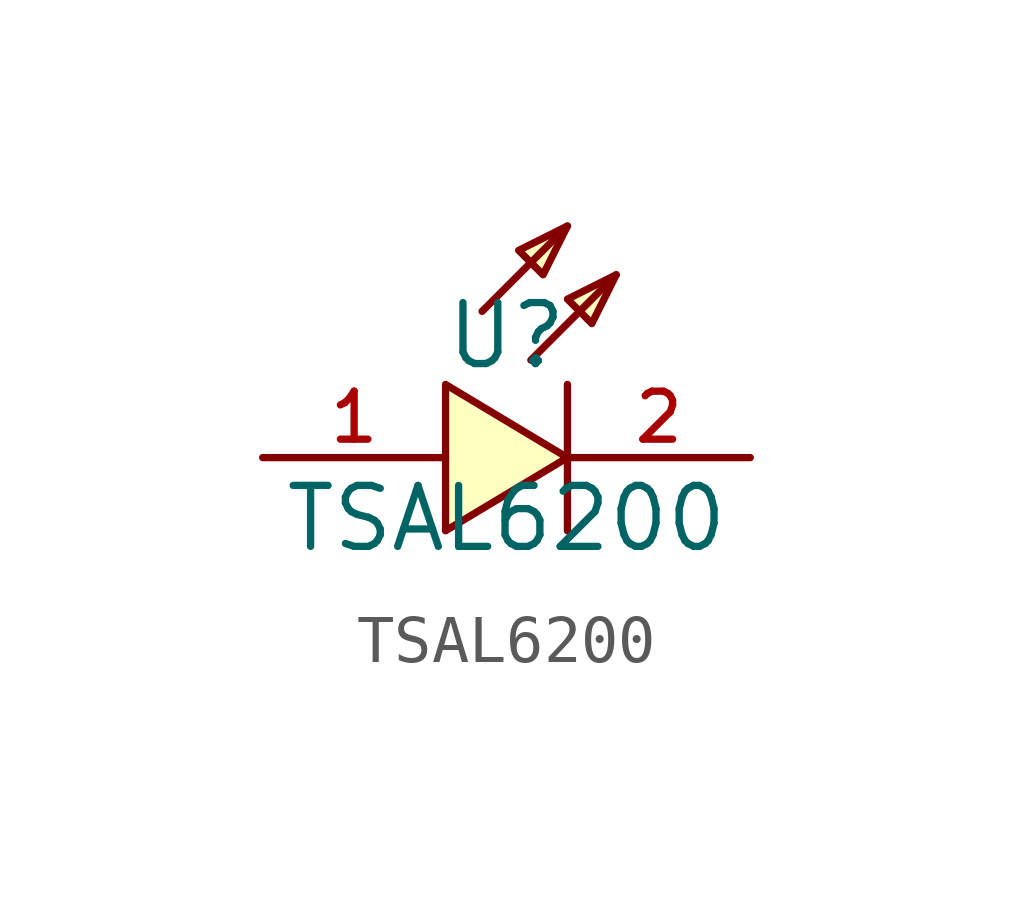
<source format=kicad_sym>
(kicad_symbol_lib
  (version 20210201)
  (generator TousstNicolas/JLC2KiCad_lib)
  (symbol "TSAL6200"
    (pin_names hide)
    (property "Reference" "U"
      (at 0 1.27 0)
      (effects (font (size 1.27 1.27))))
    (property "Value" "TSAL6200"
      (at 0 -2.54 0)
      (effects (font (size 1.27 1.27))))
    (symbol "TSAL6200_0_1"
      (pin input line (at -5.08 -1.27 0) (length 3.81) (name "A" (effects (font (size 1 1)))) (number "1" (effects (font (size 1 1)))))
      (pin input line (at 5.08 -1.27 180) (length 3.81) (name "C" (effects (font (size 1 1)))) (number "2" (effects (font (size 1 1)))))
      (polyline (pts (xy -1.27 -2.794) (xy 1.27 -1.27) (xy -1.27 0.254) (xy -1.27 -2.794)) (stroke (width 0) (type default) (color 0 0 0 0)) (fill (type background)))
      (polyline (pts (xy 0.508 0.762) (xy 2.286 2.54)) (stroke (width 0) (type default) (color 0 0 0 0)) (fill (type none)))
      (polyline (pts (xy -0.508 1.778) (xy 1.27 3.556)) (stroke (width 0) (type default) (color 0 0 0 0)) (fill (type none)))
      (polyline (pts (xy 2.286 2.54) (xy 1.27 2.032) (xy 1.778 1.524) (xy 2.286 2.54)) (stroke (width 0) (type default) (color 0 0 0 0)) (fill (type background)))
      (polyline (pts (xy 1.27 3.556) (xy 0.254 3.048) (xy 0.762 2.54) (xy 1.27 3.556)) (stroke (width 0) (type default) (color 0 0 0 0)) (fill (type background)))
      (polyline (pts (xy 1.27 0.254) (xy 1.27 -2.794)) (stroke (width 0) (type default) (color 0 0 0 0)) (fill (type none))))))
</source>
